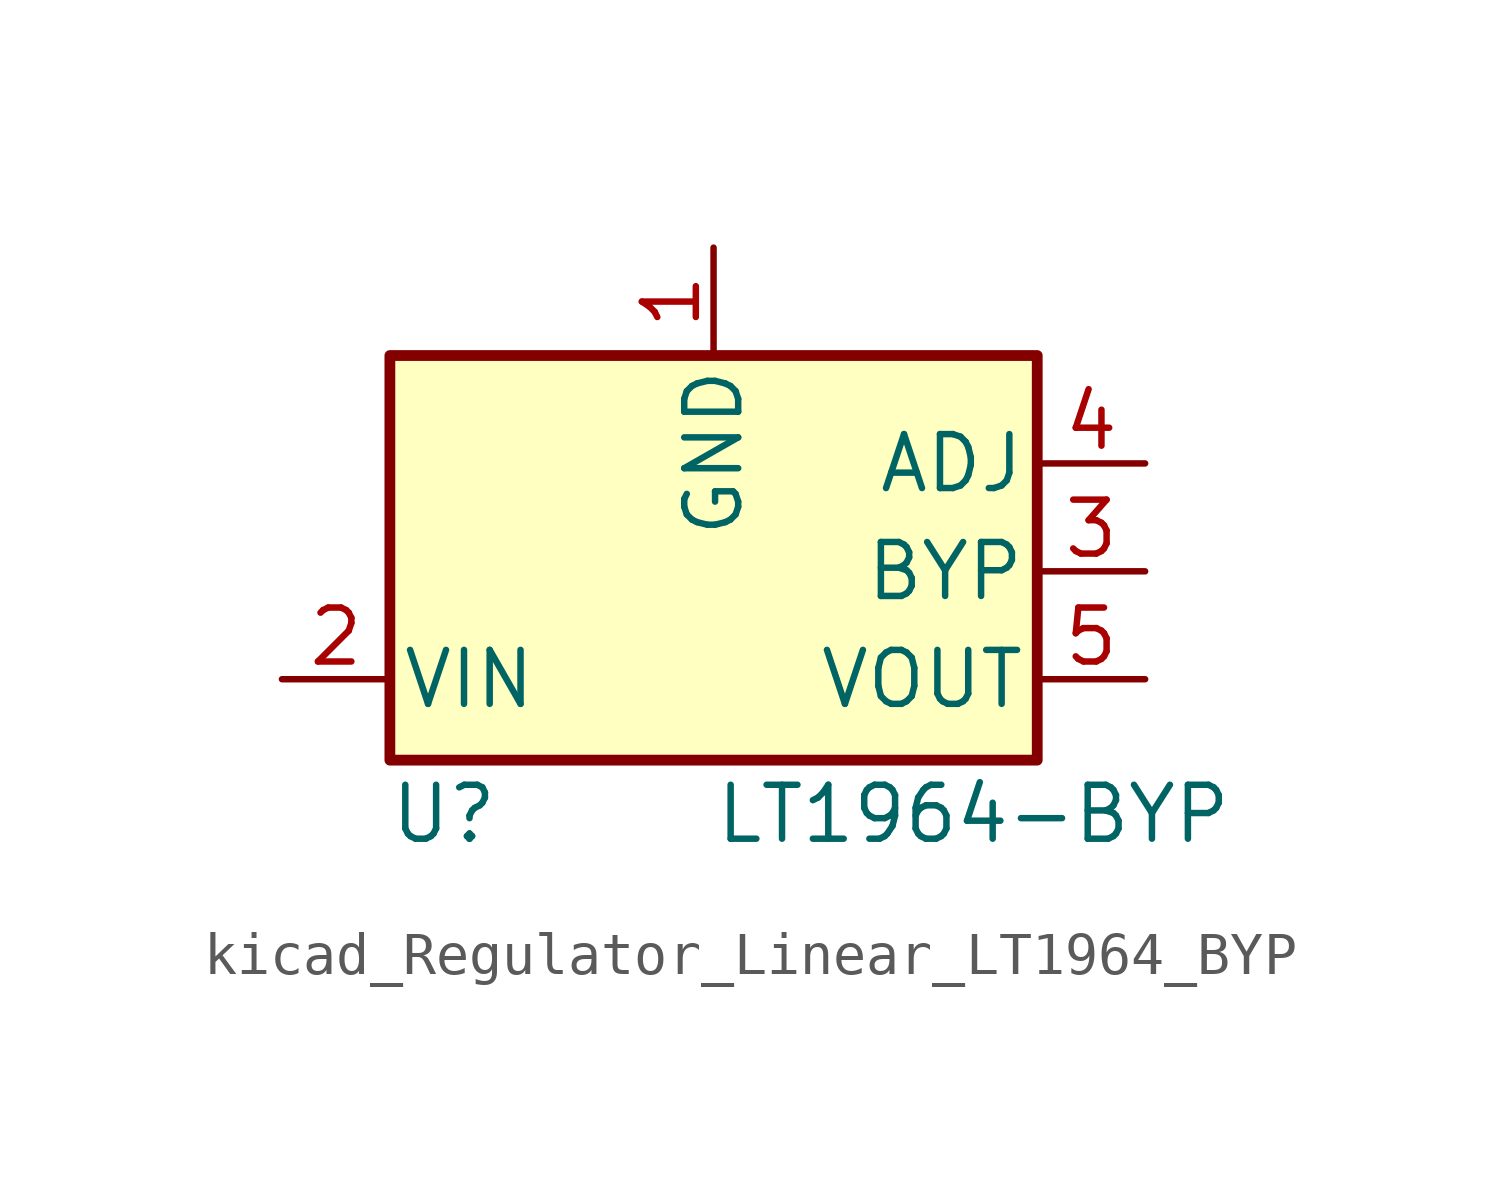
<source format=kicad_sym>
(kicad_symbol_lib
  (version 20220914)
  (generator kicad_symbol_editor)
  (symbol "kicad_Regulator_Linear_LT1964_BYP"
    (pin_names
      (offset 0.254))
    (property "Reference" "U"
      (at -6.35 -5.715 0)
      (effects (font (size 1.27 1.27))))
    (property "Value" "LT1964-BYP"
      (at 0 -5.715 0)
      (effects (font (size 1.27 1.27)) (justify left)))
    (symbol "kicad_Regulator_Linear_LT1964_BYP_0_1"
      (rectangle (start -7.62 5.08) (end 7.62 -4.445) (stroke (width 0.254) (type default)) (fill (type background))))
    (symbol "kicad_Regulator_Linear_LT1964_BYP_1_1"
      (pin power_in line (at 0 7.62 270) (length 2.54) (name "GND" (effects (font (size 1.27 1.27)))) (number "1" (effects (font (size 1.27 1.27)))))
      (pin power_in line (at -10.16 -2.54 0) (length 2.54) (name "VIN" (effects (font (size 1.27 1.27)))) (number "2" (effects (font (size 1.27 1.27)))))
      (pin passive line (at 10.16 0 180) (length 2.54) (name "BYP" (effects (font (size 1.27 1.27)))) (number "3" (effects (font (size 1.27 1.27)))))
      (pin input line (at 10.16 2.54 180) (length 2.54) (name "ADJ" (effects (font (size 1.27 1.27)))) (number "4" (effects (font (size 1.27 1.27)))))
      (pin power_out line (at 10.16 -2.54 180) (length 2.54) (name "VOUT" (effects (font (size 1.27 1.27)))) (number "5" (effects (font (size 1.27 1.27))))))))
</source>
